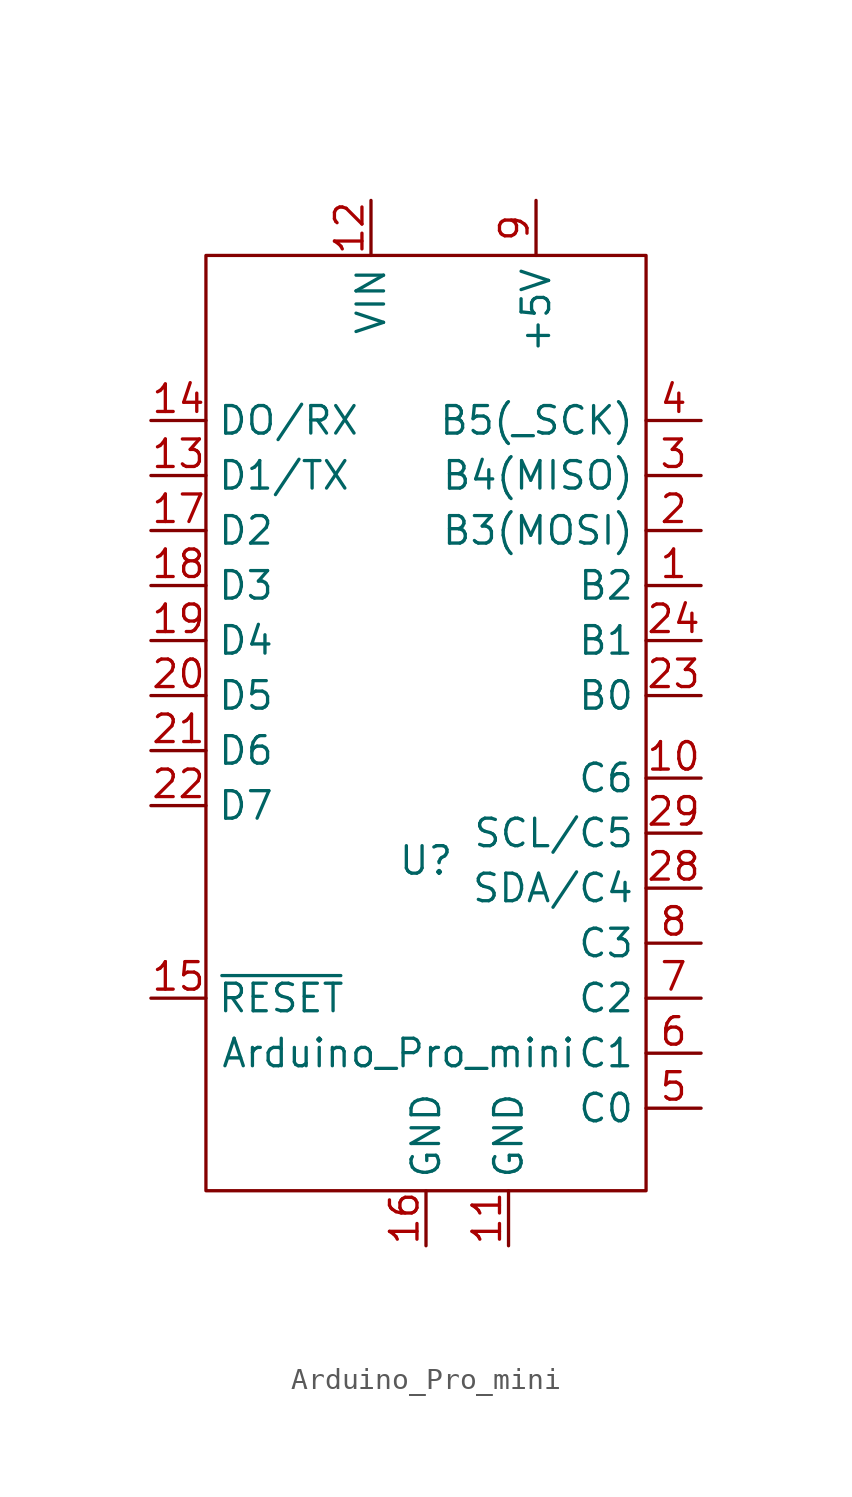
<source format=kicad_sym>
(kicad_symbol_lib
  (version 20211014)
  (generator kicad_symbol_editor)
  (symbol "Arduino_Pro_mini"
    (property "Reference" "U"
      (at 0 0 0)
      (effects (font (size 1.27 1.27))))
    (property "Value" "Arduino_Pro_mini"
      (at -1.27 -8.89 0)
      (effects (font (size 1.27 1.27))))
    (symbol "Arduino_Pro_mini_0_1"
      (rectangle (start -10.16 27.94) (end 10.16 -15.24) (stroke (width 0.152) (type default) (color 0 0 0 0)) (fill (type none)))
      (pin bidirectional line (at 12.7 12.7 180) (length 2.54) (name "B2" (effects (font (size 1.27 1.27)))) (number "1" (effects (font (size 1.27 1.27)))))
      (pin bidirectional line (at 12.7 3.81 180) (length 2.54) (name "C6" (effects (font (size 1.27 1.27)))) (number "10" (effects (font (size 1.27 1.27)))))
      (pin power_in line (at 3.81 -17.78 90) (length 2.54) (name "GND" (effects (font (size 1.27 1.27)))) (number "11" (effects (font (size 1.27 1.27)))))
      (pin power_in line (at -2.54 30.48 270) (length 2.54) (name "VIN" (effects (font (size 1.27 1.27)))) (number "12" (effects (font (size 1.27 1.27)))))
      (pin bidirectional line (at -12.7 17.78 0) (length 2.54) (name "D1/TX" (effects (font (size 1.27 1.27)))) (number "13" (effects (font (size 1.27 1.27)))))
      (pin bidirectional line (at -12.7 20.32 0) (length 2.54) (name "DO/RX" (effects (font (size 1.27 1.27)))) (number "14" (effects (font (size 1.27 1.27)))))
      (pin input line (at -12.7 -6.35 0) (length 2.54) (name "~{RESET}" (effects (font (size 1.27 1.27)))) (number "15" (effects (font (size 1.27 1.27)))))
      (pin power_in line (at 0 -17.78 90) (length 2.54) (name "GND" (effects (font (size 1.27 1.27)))) (number "16" (effects (font (size 1.27 1.27)))))
      (pin bidirectional line (at -12.7 15.24 0) (length 2.54) (name "D2" (effects (font (size 1.27 1.27)))) (number "17" (effects (font (size 1.27 1.27)))))
      (pin bidirectional line (at -12.7 12.7 0) (length 2.54) (name "D3" (effects (font (size 1.27 1.27)))) (number "18" (effects (font (size 1.27 1.27)))))
      (pin bidirectional line (at -12.7 10.16 0) (length 2.54) (name "D4" (effects (font (size 1.27 1.27)))) (number "19" (effects (font (size 1.27 1.27)))))
      (pin bidirectional line (at 12.7 15.24 180) (length 2.54) (name "B3(MOSI)" (effects (font (size 1.27 1.27)))) (number "2" (effects (font (size 1.27 1.27)))))
      (pin bidirectional line (at -12.7 7.62 0) (length 2.54) (name "D5" (effects (font (size 1.27 1.27)))) (number "20" (effects (font (size 1.27 1.27)))))
      (pin bidirectional line (at -12.7 5.08 0) (length 2.54) (name "D6" (effects (font (size 1.27 1.27)))) (number "21" (effects (font (size 1.27 1.27)))))
      (pin bidirectional line (at -12.7 2.54 0) (length 2.54) (name "D7" (effects (font (size 1.27 1.27)))) (number "22" (effects (font (size 1.27 1.27)))))
      (pin bidirectional line (at 12.7 7.62 180) (length 2.54) (name "B0" (effects (font (size 1.27 1.27)))) (number "23" (effects (font (size 1.27 1.27)))))
      (pin bidirectional line (at 12.7 10.16 180) (length 2.54) (name "B1" (effects (font (size 1.27 1.27)))) (number "24" (effects (font (size 1.27 1.27)))))
      (pin bidirectional line (at 12.7 -1.27 180) (length 2.54) (name "SDA/C4" (effects (font (size 1.27 1.27)))) (number "28" (effects (font (size 1.27 1.27)))))
      (pin bidirectional line (at 12.7 1.27 180) (length 2.54) (name "SCL/C5" (effects (font (size 1.27 1.27)))) (number "29" (effects (font (size 1.27 1.27)))))
      (pin bidirectional line (at 12.7 17.78 180) (length 2.54) (name "B4(MISO)" (effects (font (size 1.27 1.27)))) (number "3" (effects (font (size 1.27 1.27)))))
      (pin bidirectional line (at 12.7 20.32 180) (length 2.54) (name "B5(_SCK)" (effects (font (size 1.27 1.27)))) (number "4" (effects (font (size 1.27 1.27)))))
      (pin bidirectional line (at 12.7 -11.43 180) (length 2.54) (name "C0" (effects (font (size 1.27 1.27)))) (number "5" (effects (font (size 1.27 1.27)))))
      (pin bidirectional line (at 12.7 -8.89 180) (length 2.54) (name "C1" (effects (font (size 1.27 1.27)))) (number "6" (effects (font (size 1.27 1.27)))))
      (pin bidirectional line (at 12.7 -6.35 180) (length 2.54) (name "C2" (effects (font (size 1.27 1.27)))) (number "7" (effects (font (size 1.27 1.27)))))
      (pin bidirectional line (at 12.7 -3.81 180) (length 2.54) (name "C3" (effects (font (size 1.27 1.27)))) (number "8" (effects (font (size 1.27 1.27)))))
      (pin power_out line (at 5.08 30.48 270) (length 2.54) (name "+5V" (effects (font (size 1.27 1.27)))) (number "9" (effects (font (size 1.27 1.27))))))))
</source>
